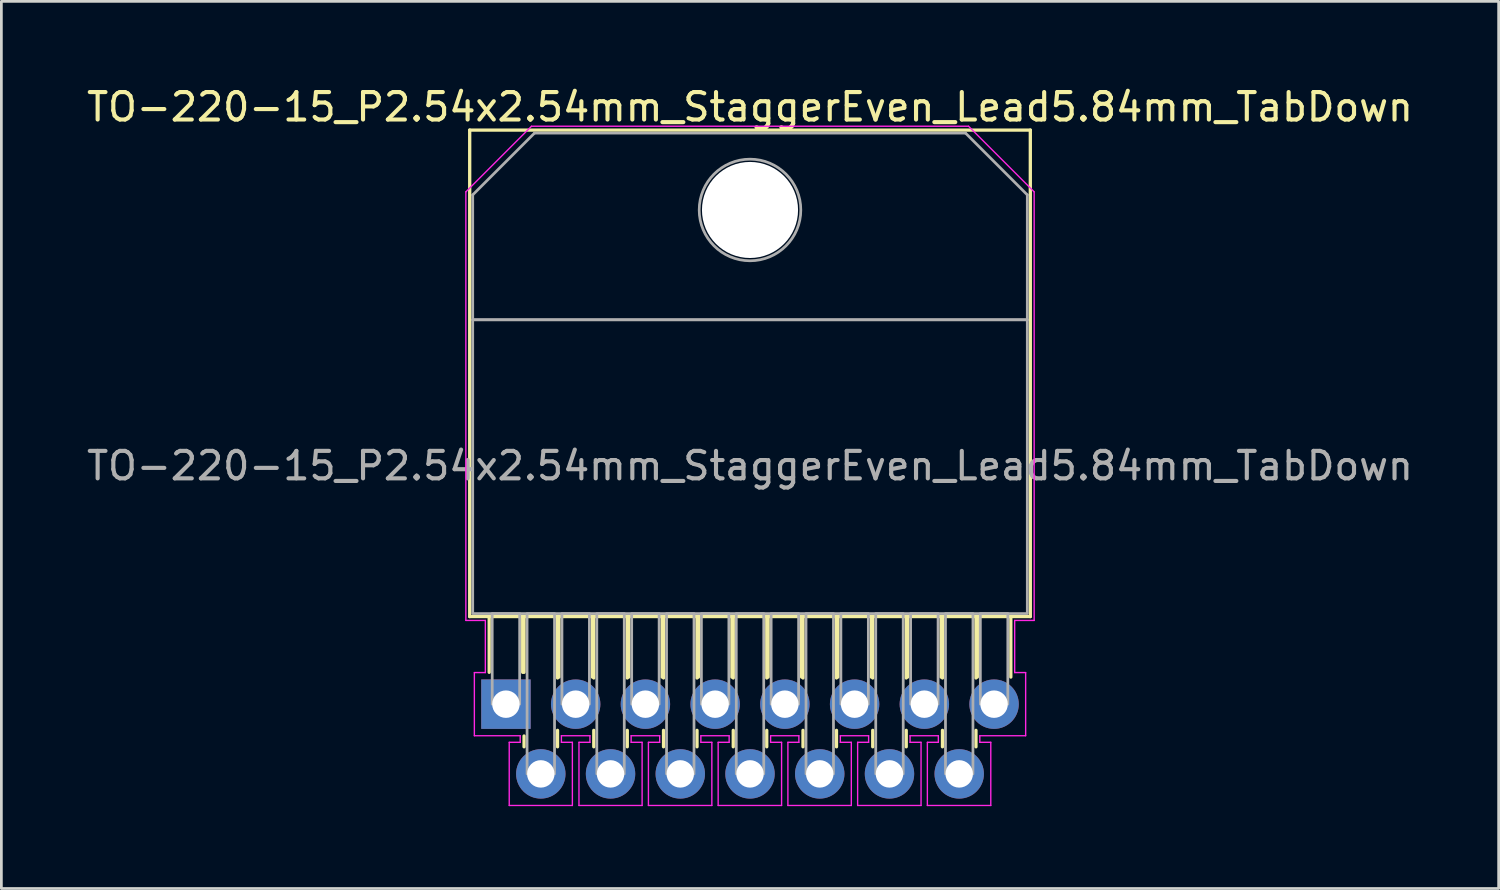
<source format=kicad_pcb>
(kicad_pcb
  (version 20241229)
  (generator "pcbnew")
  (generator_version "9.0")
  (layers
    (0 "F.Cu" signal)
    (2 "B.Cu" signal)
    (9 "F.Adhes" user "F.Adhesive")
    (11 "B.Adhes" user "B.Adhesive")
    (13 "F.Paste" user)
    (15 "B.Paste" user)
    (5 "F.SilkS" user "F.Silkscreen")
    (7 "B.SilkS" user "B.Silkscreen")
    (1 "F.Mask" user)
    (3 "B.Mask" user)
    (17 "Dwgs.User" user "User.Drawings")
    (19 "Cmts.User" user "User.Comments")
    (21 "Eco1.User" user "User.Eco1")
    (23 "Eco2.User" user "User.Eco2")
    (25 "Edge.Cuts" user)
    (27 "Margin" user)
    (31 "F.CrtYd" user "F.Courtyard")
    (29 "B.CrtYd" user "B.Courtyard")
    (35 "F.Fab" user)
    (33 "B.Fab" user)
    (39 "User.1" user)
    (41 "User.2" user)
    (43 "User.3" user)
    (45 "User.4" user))
  (footprint "TO-220-15_P2.54x2.54mm_StaggerEven_Lead5.84mm_TabDown"
    (layer "F.Cu")
    (at 15.378 22.598)
    (property "Reference" "TO-220-15_P2.54x2.54mm_StaggerEven_Lead5.84mm_TabDown" (at 8.89 -21.75 0) (layer "F.SilkS") (effects (font (size 1 1) (thickness 0.15))))
    (attr through_hole)
    (fp_line (start -1.32 -20.91) (end 19.1 -20.91) (stroke (width 0.12) (type solid)) (layer "F.SilkS"))
    (fp_line (start -1.32 -3.19) (end -1.32 -20.91) (stroke (width 0.12) (type solid)) (layer "F.SilkS"))
    (fp_line (start -1.32 -3.19) (end 19.1 -3.19) (stroke (width 0.12) (type solid)) (layer "F.SilkS"))
    (fp_line (start -0.61 -3.19) (end -0.61 -1.16) (stroke (width 0.12) (type solid)) (layer "F.SilkS"))
    (fp_line (start 0.61 -3.19) (end 0.61 -1.16) (stroke (width 0.12) (type solid)) (layer "F.SilkS"))
    (fp_line (start 0.66 -3.19) (end 0.66 -1.16) (stroke (width 0.12) (type solid)) (layer "F.SilkS"))
    (fp_line (start 0.66 1.16) (end 0.66 1.553) (stroke (width 0.12) (type solid)) (layer "F.SilkS"))
    (fp_line (start 1.88 -3.19) (end 1.88 -0.954) (stroke (width 0.12) (type solid)) (layer "F.SilkS"))
    (fp_line (start 1.88 0.954) (end 1.88 1.553) (stroke (width 0.12) (type solid)) (layer "F.SilkS"))
    (fp_line (start 1.93 -3.19) (end 1.93 -0.987) (stroke (width 0.12) (type solid)) (layer "F.SilkS"))
    (fp_line (start 3.15 -3.19) (end 3.15 -0.987) (stroke (width 0.12) (type solid)) (layer "F.SilkS"))
    (fp_line (start 3.2 -3.19) (end 3.2 -0.954) (stroke (width 0.12) (type solid)) (layer "F.SilkS"))
    (fp_line (start 3.2 0.954) (end 3.2 1.553) (stroke (width 0.12) (type solid)) (layer "F.SilkS"))
    (fp_line (start 4.42 -3.19) (end 4.42 -0.954) (stroke (width 0.12) (type solid)) (layer "F.SilkS"))
    (fp_line (start 4.42 0.954) (end 4.42 1.553) (stroke (width 0.12) (type solid)) (layer "F.SilkS"))
    (fp_line (start 4.47 -3.19) (end 4.47 -0.987) (stroke (width 0.12) (type solid)) (layer "F.SilkS"))
    (fp_line (start 5.69 -3.19) (end 5.69 -0.987) (stroke (width 0.12) (type solid)) (layer "F.SilkS"))
    (fp_line (start 5.74 -3.19) (end 5.74 -0.954) (stroke (width 0.12) (type solid)) (layer "F.SilkS"))
    (fp_line (start 5.74 0.954) (end 5.74 1.553) (stroke (width 0.12) (type solid)) (layer "F.SilkS"))
    (fp_line (start 6.96 -3.19) (end 6.96 -0.954) (stroke (width 0.12) (type solid)) (layer "F.SilkS"))
    (fp_line (start 6.96 0.954) (end 6.96 1.553) (stroke (width 0.12) (type solid)) (layer "F.SilkS"))
    (fp_line (start 7.01 -3.19) (end 7.01 -0.987) (stroke (width 0.12) (type solid)) (layer "F.SilkS"))
    (fp_line (start 8.23 -3.19) (end 8.23 -0.987) (stroke (width 0.12) (type solid)) (layer "F.SilkS"))
    (fp_line (start 8.28 -3.19) (end 8.28 -0.954) (stroke (width 0.12) (type solid)) (layer "F.SilkS"))
    (fp_line (start 8.28 0.954) (end 8.28 1.553) (stroke (width 0.12) (type solid)) (layer "F.SilkS"))
    (fp_line (start 9.5 -3.19) (end 9.5 -0.954) (stroke (width 0.12) (type solid)) (layer "F.SilkS"))
    (fp_line (start 9.5 0.954) (end 9.5 1.553) (stroke (width 0.12) (type solid)) (layer "F.SilkS"))
    (fp_line (start 9.55 -3.19) (end 9.55 -0.987) (stroke (width 0.12) (type solid)) (layer "F.SilkS"))
    (fp_line (start 10.77 -3.19) (end 10.77 -0.987) (stroke (width 0.12) (type solid)) (layer "F.SilkS"))
    (fp_line (start 10.82 -3.19) (end 10.82 -0.954) (stroke (width 0.12) (type solid)) (layer "F.SilkS"))
    (fp_line (start 10.82 0.954) (end 10.82 1.553) (stroke (width 0.12) (type solid)) (layer "F.SilkS"))
    (fp_line (start 12.04 -3.19) (end 12.04 -0.954) (stroke (width 0.12) (type solid)) (layer "F.SilkS"))
    (fp_line (start 12.04 0.954) (end 12.04 1.553) (stroke (width 0.12) (type solid)) (layer "F.SilkS"))
    (fp_line (start 12.09 -3.19) (end 12.09 -0.987) (stroke (width 0.12) (type solid)) (layer "F.SilkS"))
    (fp_line (start 13.31 -3.19) (end 13.31 -0.987) (stroke (width 0.12) (type solid)) (layer "F.SilkS"))
    (fp_line (start 13.36 -3.19) (end 13.36 -0.954) (stroke (width 0.12) (type solid)) (layer "F.SilkS"))
    (fp_line (start 13.36 0.954) (end 13.36 1.553) (stroke (width 0.12) (type solid)) (layer "F.SilkS"))
    (fp_line (start 14.58 -3.19) (end 14.58 -0.954) (stroke (width 0.12) (type solid)) (layer "F.SilkS"))
    (fp_line (start 14.58 0.954) (end 14.58 1.553) (stroke (width 0.12) (type solid)) (layer "F.SilkS"))
    (fp_line (start 14.63 -3.19) (end 14.63 -0.987) (stroke (width 0.12) (type solid)) (layer "F.SilkS"))
    (fp_line (start 15.85 -3.19) (end 15.85 -0.987) (stroke (width 0.12) (type solid)) (layer "F.SilkS"))
    (fp_line (start 15.9 -3.19) (end 15.9 -0.954) (stroke (width 0.12) (type solid)) (layer "F.SilkS"))
    (fp_line (start 15.9 0.954) (end 15.9 1.553) (stroke (width 0.12) (type solid)) (layer "F.SilkS"))
    (fp_line (start 17.12 -3.19) (end 17.12 -0.954) (stroke (width 0.12) (type solid)) (layer "F.SilkS"))
    (fp_line (start 17.12 0.954) (end 17.12 1.553) (stroke (width 0.12) (type solid)) (layer "F.SilkS"))
    (fp_line (start 17.17 -3.19) (end 17.17 -0.987) (stroke (width 0.12) (type solid)) (layer "F.SilkS"))
    (fp_line (start 18.39 -3.19) (end 18.39 -0.987) (stroke (width 0.12) (type solid)) (layer "F.SilkS"))
    (fp_line (start 19.1 -3.19) (end 19.1 -20.91) (stroke (width 0.12) (type solid)) (layer "F.SilkS"))
    (fp_line (start -1.46 -18.66) (end 0.93 -21.05) (stroke (width 0.05) (type solid)) (layer "F.CrtYd"))
    (fp_line (start -1.46 -3.05) (end -1.46 -18.66) (stroke (width 0.05) (type solid)) (layer "F.CrtYd"))
    (fp_line (start -1.15 -1.15) (end -0.75 -1.15) (stroke (width 0.05) (type solid)) (layer "F.CrtYd"))
    (fp_line (start -1.15 1.15) (end -1.15 -1.15) (stroke (width 0.05) (type solid)) (layer "F.CrtYd"))
    (fp_line (start -0.75 -3.05) (end -1.46 -3.05) (stroke (width 0.05) (type solid)) (layer "F.CrtYd"))
    (fp_line (start -0.75 -1.15) (end -0.75 -3.05) (stroke (width 0.05) (type solid)) (layer "F.CrtYd"))
    (fp_line (start 0.12 1.39) (end 0.52 1.39) (stroke (width 0.05) (type solid)) (layer "F.CrtYd"))
    (fp_line (start 0.12 3.69) (end 0.12 1.39) (stroke (width 0.05) (type solid)) (layer "F.CrtYd"))
    (fp_line (start 0.52 1.15) (end -1.15 1.15) (stroke (width 0.05) (type solid)) (layer "F.CrtYd"))
    (fp_line (start 0.52 1.39) (end 0.52 1.15) (stroke (width 0.05) (type solid)) (layer "F.CrtYd"))
    (fp_line (start 0.93 -21.05) (end 16.85 -21.05) (stroke (width 0.05) (type solid)) (layer "F.CrtYd"))
    (fp_line (start 2.02 1.15) (end 2.02 1.39) (stroke (width 0.05) (type solid)) (layer "F.CrtYd"))
    (fp_line (start 2.02 1.39) (end 2.42 1.39) (stroke (width 0.05) (type solid)) (layer "F.CrtYd"))
    (fp_line (start 2.42 1.39) (end 2.42 3.69) (stroke (width 0.05) (type solid)) (layer "F.CrtYd"))
    (fp_line (start 2.42 3.69) (end 0.12 3.69) (stroke (width 0.05) (type solid)) (layer "F.CrtYd"))
    (fp_line (start 2.66 1.39) (end 3.06 1.39) (stroke (width 0.05) (type solid)) (layer "F.CrtYd"))
    (fp_line (start 2.66 3.69) (end 2.66 1.39) (stroke (width 0.05) (type solid)) (layer "F.CrtYd"))
    (fp_line (start 3.06 1.15) (end 2.02 1.15) (stroke (width 0.05) (type solid)) (layer "F.CrtYd"))
    (fp_line (start 3.06 1.39) (end 3.06 1.15) (stroke (width 0.05) (type solid)) (layer "F.CrtYd"))
    (fp_line (start 4.56 1.15) (end 4.56 1.39) (stroke (width 0.05) (type solid)) (layer "F.CrtYd"))
    (fp_line (start 4.56 1.39) (end 4.96 1.39) (stroke (width 0.05) (type solid)) (layer "F.CrtYd"))
    (fp_line (start 4.96 1.39) (end 4.96 3.69) (stroke (width 0.05) (type solid)) (layer "F.CrtYd"))
    (fp_line (start 4.96 3.69) (end 2.66 3.69) (stroke (width 0.05) (type solid)) (layer "F.CrtYd"))
    (fp_line (start 5.19 1.39) (end 5.6 1.39) (stroke (width 0.05) (type solid)) (layer "F.CrtYd"))
    (fp_line (start 5.19 3.69) (end 5.19 1.39) (stroke (width 0.05) (type solid)) (layer "F.CrtYd"))
    (fp_line (start 5.6 1.15) (end 4.56 1.15) (stroke (width 0.05) (type solid)) (layer "F.CrtYd"))
    (fp_line (start 5.6 1.39) (end 5.6 1.15) (stroke (width 0.05) (type solid)) (layer "F.CrtYd"))
    (fp_line (start 7.1 1.15) (end 7.1 1.39) (stroke (width 0.05) (type solid)) (layer "F.CrtYd"))
    (fp_line (start 7.1 1.39) (end 7.5 1.39) (stroke (width 0.05) (type solid)) (layer "F.CrtYd"))
    (fp_line (start 7.5 1.39) (end 7.5 3.69) (stroke (width 0.05) (type solid)) (layer "F.CrtYd"))
    (fp_line (start 7.5 3.69) (end 5.19 3.69) (stroke (width 0.05) (type solid)) (layer "F.CrtYd"))
    (fp_line (start 7.73 1.39) (end 8.13 1.39) (stroke (width 0.05) (type solid)) (layer "F.CrtYd"))
    (fp_line (start 7.73 3.69) (end 7.73 1.39) (stroke (width 0.05) (type solid)) (layer "F.CrtYd"))
    (fp_line (start 8.13 1.15) (end 7.1 1.15) (stroke (width 0.05) (type solid)) (layer "F.CrtYd"))
    (fp_line (start 8.13 1.39) (end 8.13 1.15) (stroke (width 0.05) (type solid)) (layer "F.CrtYd"))
    (fp_line (start 9.64 1.15) (end 9.64 1.39) (stroke (width 0.05) (type solid)) (layer "F.CrtYd"))
    (fp_line (start 9.64 1.39) (end 10.04 1.39) (stroke (width 0.05) (type solid)) (layer "F.CrtYd"))
    (fp_line (start 10.04 1.39) (end 10.04 3.69) (stroke (width 0.05) (type solid)) (layer "F.CrtYd"))
    (fp_line (start 10.04 3.69) (end 7.73 3.69) (stroke (width 0.05) (type solid)) (layer "F.CrtYd"))
    (fp_line (start 10.27 1.39) (end 10.67 1.39) (stroke (width 0.05) (type solid)) (layer "F.CrtYd"))
    (fp_line (start 10.27 3.69) (end 10.27 1.39) (stroke (width 0.05) (type solid)) (layer "F.CrtYd"))
    (fp_line (start 10.67 1.15) (end 9.64 1.15) (stroke (width 0.05) (type solid)) (layer "F.CrtYd"))
    (fp_line (start 10.67 1.39) (end 10.67 1.15) (stroke (width 0.05) (type solid)) (layer "F.CrtYd"))
    (fp_line (start 12.18 1.15) (end 12.18 1.39) (stroke (width 0.05) (type solid)) (layer "F.CrtYd"))
    (fp_line (start 12.18 1.39) (end 12.58 1.39) (stroke (width 0.05) (type solid)) (layer "F.CrtYd"))
    (fp_line (start 12.58 1.39) (end 12.58 3.69) (stroke (width 0.05) (type solid)) (layer "F.CrtYd"))
    (fp_line (start 12.58 3.69) (end 10.27 3.69) (stroke (width 0.05) (type solid)) (layer "F.CrtYd"))
    (fp_line (start 12.81 1.39) (end 13.21 1.39) (stroke (width 0.05) (type solid)) (layer "F.CrtYd"))
    (fp_line (start 12.81 3.69) (end 12.81 1.39) (stroke (width 0.05) (type solid)) (layer "F.CrtYd"))
    (fp_line (start 13.21 1.15) (end 12.18 1.15) (stroke (width 0.05) (type solid)) (layer "F.CrtYd"))
    (fp_line (start 13.21 1.39) (end 13.21 1.15) (stroke (width 0.05) (type solid)) (layer "F.CrtYd"))
    (fp_line (start 14.72 1.15) (end 14.72 1.39) (stroke (width 0.05) (type solid)) (layer "F.CrtYd"))
    (fp_line (start 14.72 1.39) (end 15.12 1.39) (stroke (width 0.05) (type solid)) (layer "F.CrtYd"))
    (fp_line (start 15.12 1.39) (end 15.12 3.69) (stroke (width 0.05) (type solid)) (layer "F.CrtYd"))
    (fp_line (start 15.12 3.69) (end 12.81 3.69) (stroke (width 0.05) (type solid)) (layer "F.CrtYd"))
    (fp_line (start 15.35 1.39) (end 15.75 1.39) (stroke (width 0.05) (type solid)) (layer "F.CrtYd"))
    (fp_line (start 15.35 3.69) (end 15.35 1.39) (stroke (width 0.05) (type solid)) (layer "F.CrtYd"))
    (fp_line (start 15.75 1.15) (end 14.72 1.15) (stroke (width 0.05) (type solid)) (layer "F.CrtYd"))
    (fp_line (start 15.75 1.39) (end 15.75 1.15) (stroke (width 0.05) (type solid)) (layer "F.CrtYd"))
    (fp_line (start 16.85 -21.05) (end 19.24 -18.66) (stroke (width 0.05) (type solid)) (layer "F.CrtYd"))
    (fp_line (start 17.26 1.15) (end 17.26 1.39) (stroke (width 0.05) (type solid)) (layer "F.CrtYd"))
    (fp_line (start 17.26 1.39) (end 17.66 1.39) (stroke (width 0.05) (type solid)) (layer "F.CrtYd"))
    (fp_line (start 17.66 1.39) (end 17.66 3.69) (stroke (width 0.05) (type solid)) (layer "F.CrtYd"))
    (fp_line (start 17.66 3.69) (end 15.35 3.69) (stroke (width 0.05) (type solid)) (layer "F.CrtYd"))
    (fp_line (start 18.53 -3.05) (end 18.53 -1.15) (stroke (width 0.05) (type solid)) (layer "F.CrtYd"))
    (fp_line (start 18.53 -1.15) (end 18.93 -1.15) (stroke (width 0.05) (type solid)) (layer "F.CrtYd"))
    (fp_line (start 18.93 -1.15) (end 18.93 1.15) (stroke (width 0.05) (type solid)) (layer "F.CrtYd"))
    (fp_line (start 18.93 1.15) (end 17.26 1.15) (stroke (width 0.05) (type solid)) (layer "F.CrtYd"))
    (fp_line (start 19.24 -18.66) (end 19.24 -3.05) (stroke (width 0.05) (type solid)) (layer "F.CrtYd"))
    (fp_line (start 19.24 -3.05) (end 18.53 -3.05) (stroke (width 0.05) (type solid)) (layer "F.CrtYd"))
    (fp_line (start -1.21 -18.55) (end 1.04 -20.8) (stroke (width 0.1) (type solid)) (layer "F.Fab"))
    (fp_line (start -1.21 -14) (end -1.21 -18.55) (stroke (width 0.1) (type solid)) (layer "F.Fab"))
    (fp_line (start 1.04 -20.8) (end 16.74 -20.8) (stroke (width 0.1) (type solid)) (layer "F.Fab"))
    (fp_line (start 16.74 -20.8) (end 18.99 -18.55) (stroke (width 0.1) (type solid)) (layer "F.Fab"))
    (fp_line (start 18.99 -18.55) (end 18.99 -14) (stroke (width 0.1) (type solid)) (layer "F.Fab"))
    (fp_line (start 18.99 -14) (end -1.21 -14) (stroke (width 0.1) (type solid)) (layer "F.Fab"))
    (fp_rect (start -1.21 -3.3) (end 18.99 -14) (stroke (width 0.1) (type solid)) (fill no) (layer "F.Fab"))
    (fp_rect (start -0.5 -3.3) (end 0.5 0) (stroke (width 0.1) (type solid)) (fill no) (layer "F.Fab"))
    (fp_rect (start 0.77 -3.3) (end 1.77 2.54) (stroke (width 0.1) (type solid)) (fill no) (layer "F.Fab"))
    (fp_rect (start 2.04 -3.3) (end 3.04 0) (stroke (width 0.1) (type solid)) (fill no) (layer "F.Fab"))
    (fp_rect (start 3.31 -3.3) (end 4.31 2.54) (stroke (width 0.1) (type solid)) (fill no) (layer "F.Fab"))
    (fp_rect (start 4.58 -3.3) (end 5.58 0) (stroke (width 0.1) (type solid)) (fill no) (layer "F.Fab"))
    (fp_rect (start 5.85 -3.3) (end 6.85 2.54) (stroke (width 0.1) (type solid)) (fill no) (layer "F.Fab"))
    (fp_rect (start 7.12 -3.3) (end 8.12 0) (stroke (width 0.1) (type solid)) (fill no) (layer "F.Fab"))
    (fp_rect (start 8.39 -3.3) (end 9.39 2.54) (stroke (width 0.1) (type solid)) (fill no) (layer "F.Fab"))
    (fp_rect (start 9.66 -3.3) (end 10.66 0) (stroke (width 0.1) (type solid)) (fill no) (layer "F.Fab"))
    (fp_rect (start 10.93 -3.3) (end 11.93 2.54) (stroke (width 0.1) (type solid)) (fill no) (layer "F.Fab"))
    (fp_rect (start 12.2 -3.3) (end 13.2 0) (stroke (width 0.1) (type solid)) (fill no) (layer "F.Fab"))
    (fp_rect (start 13.47 -3.3) (end 14.47 2.54) (stroke (width 0.1) (type solid)) (fill no) (layer "F.Fab"))
    (fp_rect (start 14.74 -3.3) (end 15.74 0) (stroke (width 0.1) (type solid)) (fill no) (layer "F.Fab"))
    (fp_rect (start 16.01 -3.3) (end 17.01 2.54) (stroke (width 0.1) (type solid)) (fill no) (layer "F.Fab"))
    (fp_rect (start 17.28 -3.3) (end 18.28 0) (stroke (width 0.1) (type solid)) (fill no) (layer "F.Fab"))
    (fp_circle (center 8.89 -18) (end 10.74 -18) (stroke (width 0.1) (type solid)) (fill no) (layer "F.Fab"))
    (fp_text user "${REFERENCE}" (at 8.89 -8.68 0) (layer "F.Fab") (effects (font (size 1 1) (thickness 0.15))))
    (pad "" np_thru_hole circle (at 8.89 -18) (size 3.5 3.5) (drill 3.5) (layers "*.Cu" "*.Mask"))
    (pad "1" thru_hole rect (at 0 0) (size 1.8 1.8) (drill 1) (layers "*.Cu" "*.Mask"))
    (pad "2" thru_hole circle (at 1.27 2.54) (size 1.8 1.8) (drill 1) (layers "*.Cu" "*.Mask"))
    (pad "3" thru_hole circle (at 2.54 0) (size 1.8 1.8) (drill 1) (layers "*.Cu" "*.Mask"))
    (pad "4" thru_hole circle (at 3.81 2.54) (size 1.8 1.8) (drill 1) (layers "*.Cu" "*.Mask"))
    (pad "5" thru_hole circle (at 5.08 0) (size 1.8 1.8) (drill 1) (layers "*.Cu" "*.Mask"))
    (pad "6" thru_hole circle (at 6.35 2.54) (size 1.8 1.8) (drill 1) (layers "*.Cu" "*.Mask"))
    (pad "7" thru_hole circle (at 7.62 0) (size 1.8 1.8) (drill 1) (layers "*.Cu" "*.Mask"))
    (pad "8" thru_hole circle (at 8.89 2.54) (size 1.8 1.8) (drill 1) (layers "*.Cu" "*.Mask"))
    (pad "9" thru_hole circle (at 10.16 0) (size 1.8 1.8) (drill 1) (layers "*.Cu" "*.Mask"))
    (pad "10" thru_hole circle (at 11.43 2.54) (size 1.8 1.8) (drill 1) (layers "*.Cu" "*.Mask"))
    (pad "11" thru_hole circle (at 12.7 0) (size 1.8 1.8) (drill 1) (layers "*.Cu" "*.Mask"))
    (pad "12" thru_hole circle (at 13.97 2.54) (size 1.8 1.8) (drill 1) (layers "*.Cu" "*.Mask"))
    (pad "13" thru_hole circle (at 15.24 0) (size 1.8 1.8) (drill 1) (layers "*.Cu" "*.Mask"))
    (pad "14" thru_hole circle (at 16.51 2.54) (size 1.8 1.8) (drill 1) (layers "*.Cu" "*.Mask"))
    (pad "15" thru_hole circle (at 17.78 0) (size 1.8 1.8) (drill 1) (layers "*.Cu" "*.Mask")))
  (gr_rect
    (start -3 -3)
    (end 51.536 29.313)
    (stroke (width 0.1) (type default))
    (fill no)
    (layer "Edge.Cuts")))
</source>
